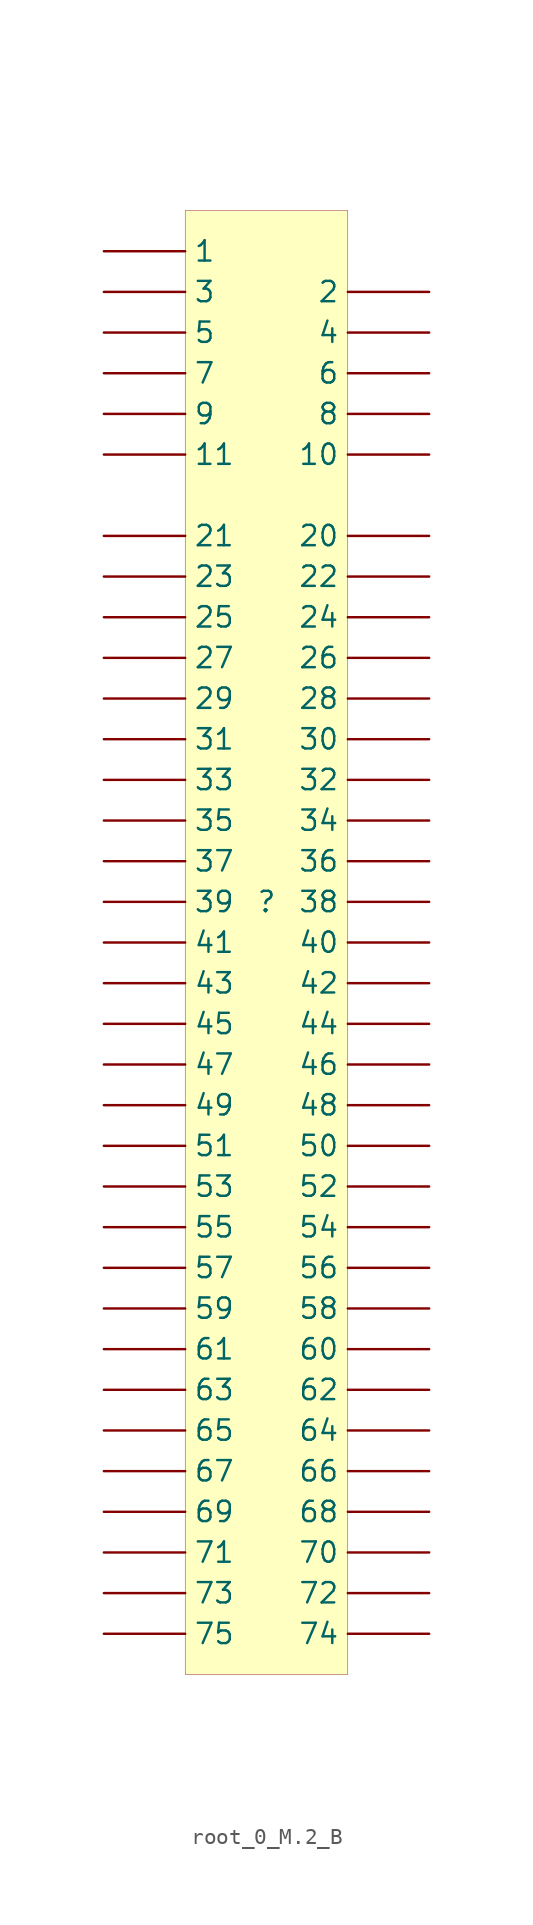
<source format=kicad_sym>
(kicad_symbol_lib
  (version 20231120)
  (generator "kicad_symbol_editor")
  (generator_version "8.0")
  (symbol "root_0_M.2_B"
    (property "Reference" ""
      (at 0 0 0)
      (effects (font (size 1.27 1.27))))
    (property "Value" ""
      (at 0 0 0)
      (effects (font (size 1.27 1.27))))
    (symbol "root_0_M.2_B_1_0"
      (rectangle (start 5.08 43.18) (end -5.08 -48.26) (stroke (width 0.025) (type solid) (color 128 0 0 1)) (fill (type background)))
      (pin passive line (at -10.16 40.64 0) (length 5.08) (name "1" (effects (font (size 1.27 1.27)))) (number "1" (effects (font (size 0 0)))))
      (pin passive line (at 10.16 27.94 180) (length 5.08) (name "10" (effects (font (size 1.27 1.27)))) (number "10" (effects (font (size 0 0)))))
      (pin passive line (at -10.16 27.94 0) (length 5.08) (name "11" (effects (font (size 1.27 1.27)))) (number "11" (effects (font (size 0 0)))))
      (pin passive line (at 10.16 38.1 180) (length 5.08) (name "2" (effects (font (size 1.27 1.27)))) (number "2" (effects (font (size 0 0)))))
      (pin passive line (at 10.16 22.86 180) (length 5.08) (name "20" (effects (font (size 1.27 1.27)))) (number "20" (effects (font (size 0 0)))))
      (pin passive line (at -10.16 22.86 0) (length 5.08) (name "21" (effects (font (size 1.27 1.27)))) (number "21" (effects (font (size 0 0)))))
      (pin passive line (at 10.16 20.32 180) (length 5.08) (name "22" (effects (font (size 1.27 1.27)))) (number "22" (effects (font (size 0 0)))))
      (pin passive line (at -10.16 20.32 0) (length 5.08) (name "23" (effects (font (size 1.27 1.27)))) (number "23" (effects (font (size 0 0)))))
      (pin passive line (at 10.16 17.78 180) (length 5.08) (name "24" (effects (font (size 1.27 1.27)))) (number "24" (effects (font (size 0 0)))))
      (pin passive line (at -10.16 17.78 0) (length 5.08) (name "25" (effects (font (size 1.27 1.27)))) (number "25" (effects (font (size 0 0)))))
      (pin passive line (at 10.16 15.24 180) (length 5.08) (name "26" (effects (font (size 1.27 1.27)))) (number "26" (effects (font (size 0 0)))))
      (pin passive line (at -10.16 15.24 0) (length 5.08) (name "27" (effects (font (size 1.27 1.27)))) (number "27" (effects (font (size 0 0)))))
      (pin passive line (at 10.16 12.7 180) (length 5.08) (name "28" (effects (font (size 1.27 1.27)))) (number "28" (effects (font (size 0 0)))))
      (pin passive line (at -10.16 12.7 0) (length 5.08) (name "29" (effects (font (size 1.27 1.27)))) (number "29" (effects (font (size 0 0)))))
      (pin passive line (at -10.16 38.1 0) (length 5.08) (name "3" (effects (font (size 1.27 1.27)))) (number "3" (effects (font (size 0 0)))))
      (pin passive line (at 10.16 10.16 180) (length 5.08) (name "30" (effects (font (size 1.27 1.27)))) (number "30" (effects (font (size 0 0)))))
      (pin passive line (at -10.16 10.16 0) (length 5.08) (name "31" (effects (font (size 1.27 1.27)))) (number "31" (effects (font (size 0 0)))))
      (pin passive line (at 10.16 7.62 180) (length 5.08) (name "32" (effects (font (size 1.27 1.27)))) (number "32" (effects (font (size 0 0)))))
      (pin passive line (at -10.16 7.62 0) (length 5.08) (name "33" (effects (font (size 1.27 1.27)))) (number "33" (effects (font (size 0 0)))))
      (pin passive line (at 10.16 5.08 180) (length 5.08) (name "34" (effects (font (size 1.27 1.27)))) (number "34" (effects (font (size 0 0)))))
      (pin passive line (at -10.16 5.08 0) (length 5.08) (name "35" (effects (font (size 1.27 1.27)))) (number "35" (effects (font (size 0 0)))))
      (pin passive line (at 10.16 2.54 180) (length 5.08) (name "36" (effects (font (size 1.27 1.27)))) (number "36" (effects (font (size 0 0)))))
      (pin passive line (at -10.16 2.54 0) (length 5.08) (name "37" (effects (font (size 1.27 1.27)))) (number "37" (effects (font (size 0 0)))))
      (pin passive line (at 10.16 0 180) (length 5.08) (name "38" (effects (font (size 1.27 1.27)))) (number "38" (effects (font (size 0 0)))))
      (pin passive line (at -10.16 0 0) (length 5.08) (name "39" (effects (font (size 1.27 1.27)))) (number "39" (effects (font (size 0 0)))))
      (pin passive line (at 10.16 35.56 180) (length 5.08) (name "4" (effects (font (size 1.27 1.27)))) (number "4" (effects (font (size 0 0)))))
      (pin passive line (at 10.16 -2.54 180) (length 5.08) (name "40" (effects (font (size 1.27 1.27)))) (number "40" (effects (font (size 0 0)))))
      (pin passive line (at -10.16 -2.54 0) (length 5.08) (name "41" (effects (font (size 1.27 1.27)))) (number "41" (effects (font (size 0 0)))))
      (pin passive line (at 10.16 -5.08 180) (length 5.08) (name "42" (effects (font (size 1.27 1.27)))) (number "42" (effects (font (size 0 0)))))
      (pin passive line (at -10.16 -5.08 0) (length 5.08) (name "43" (effects (font (size 1.27 1.27)))) (number "43" (effects (font (size 0 0)))))
      (pin passive line (at 10.16 -7.62 180) (length 5.08) (name "44" (effects (font (size 1.27 1.27)))) (number "44" (effects (font (size 0 0)))))
      (pin passive line (at -10.16 -7.62 0) (length 5.08) (name "45" (effects (font (size 1.27 1.27)))) (number "45" (effects (font (size 0 0)))))
      (pin passive line (at 10.16 -10.16 180) (length 5.08) (name "46" (effects (font (size 1.27 1.27)))) (number "46" (effects (font (size 0 0)))))
      (pin passive line (at -10.16 -10.16 0) (length 5.08) (name "47" (effects (font (size 1.27 1.27)))) (number "47" (effects (font (size 0 0)))))
      (pin passive line (at 10.16 -12.7 180) (length 5.08) (name "48" (effects (font (size 1.27 1.27)))) (number "48" (effects (font (size 0 0)))))
      (pin passive line (at -10.16 -12.7 0) (length 5.08) (name "49" (effects (font (size 1.27 1.27)))) (number "49" (effects (font (size 0 0)))))
      (pin passive line (at -10.16 35.56 0) (length 5.08) (name "5" (effects (font (size 1.27 1.27)))) (number "5" (effects (font (size 0 0)))))
      (pin passive line (at 10.16 -15.24 180) (length 5.08) (name "50" (effects (font (size 1.27 1.27)))) (number "50" (effects (font (size 0 0)))))
      (pin passive line (at -10.16 -15.24 0) (length 5.08) (name "51" (effects (font (size 1.27 1.27)))) (number "51" (effects (font (size 0 0)))))
      (pin passive line (at 10.16 -17.78 180) (length 5.08) (name "52" (effects (font (size 1.27 1.27)))) (number "52" (effects (font (size 0 0)))))
      (pin passive line (at -10.16 -17.78 0) (length 5.08) (name "53" (effects (font (size 1.27 1.27)))) (number "53" (effects (font (size 0 0)))))
      (pin passive line (at 10.16 -20.32 180) (length 5.08) (name "54" (effects (font (size 1.27 1.27)))) (number "54" (effects (font (size 0 0)))))
      (pin passive line (at -10.16 -20.32 0) (length 5.08) (name "55" (effects (font (size 1.27 1.27)))) (number "55" (effects (font (size 0 0)))))
      (pin passive line (at 10.16 -22.86 180) (length 5.08) (name "56" (effects (font (size 1.27 1.27)))) (number "56" (effects (font (size 0 0)))))
      (pin passive line (at -10.16 -22.86 0) (length 5.08) (name "57" (effects (font (size 1.27 1.27)))) (number "57" (effects (font (size 0 0)))))
      (pin passive line (at 10.16 -25.4 180) (length 5.08) (name "58" (effects (font (size 1.27 1.27)))) (number "58" (effects (font (size 0 0)))))
      (pin passive line (at -10.16 -25.4 0) (length 5.08) (name "59" (effects (font (size 1.27 1.27)))) (number "59" (effects (font (size 0 0)))))
      (pin passive line (at 10.16 33.02 180) (length 5.08) (name "6" (effects (font (size 1.27 1.27)))) (number "6" (effects (font (size 0 0)))))
      (pin passive line (at 10.16 -27.94 180) (length 5.08) (name "60" (effects (font (size 1.27 1.27)))) (number "60" (effects (font (size 0 0)))))
      (pin passive line (at -10.16 -27.94 0) (length 5.08) (name "61" (effects (font (size 1.27 1.27)))) (number "61" (effects (font (size 0 0)))))
      (pin passive line (at 10.16 -30.48 180) (length 5.08) (name "62" (effects (font (size 1.27 1.27)))) (number "62" (effects (font (size 0 0)))))
      (pin passive line (at -10.16 -30.48 0) (length 5.08) (name "63" (effects (font (size 1.27 1.27)))) (number "63" (effects (font (size 0 0)))))
      (pin passive line (at 10.16 -33.02 180) (length 5.08) (name "64" (effects (font (size 1.27 1.27)))) (number "64" (effects (font (size 0 0)))))
      (pin passive line (at -10.16 -33.02 0) (length 5.08) (name "65" (effects (font (size 1.27 1.27)))) (number "65" (effects (font (size 0 0)))))
      (pin passive line (at 10.16 -35.56 180) (length 5.08) (name "66" (effects (font (size 1.27 1.27)))) (number "66" (effects (font (size 0 0)))))
      (pin passive line (at -10.16 -35.56 0) (length 5.08) (name "67" (effects (font (size 1.27 1.27)))) (number "67" (effects (font (size 0 0)))))
      (pin passive line (at 10.16 -38.1 180) (length 5.08) (name "68" (effects (font (size 1.27 1.27)))) (number "68" (effects (font (size 0 0)))))
      (pin passive line (at -10.16 -38.1 0) (length 5.08) (name "69" (effects (font (size 1.27 1.27)))) (number "69" (effects (font (size 0 0)))))
      (pin passive line (at -10.16 33.02 0) (length 5.08) (name "7" (effects (font (size 1.27 1.27)))) (number "7" (effects (font (size 0 0)))))
      (pin passive line (at 10.16 -40.64 180) (length 5.08) (name "70" (effects (font (size 1.27 1.27)))) (number "70" (effects (font (size 0 0)))))
      (pin passive line (at -10.16 -40.64 0) (length 5.08) (name "71" (effects (font (size 1.27 1.27)))) (number "71" (effects (font (size 0 0)))))
      (pin passive line (at 10.16 -43.18 180) (length 5.08) (name "72" (effects (font (size 1.27 1.27)))) (number "72" (effects (font (size 0 0)))))
      (pin passive line (at -10.16 -43.18 0) (length 5.08) (name "73" (effects (font (size 1.27 1.27)))) (number "73" (effects (font (size 0 0)))))
      (pin passive line (at 10.16 -45.72 180) (length 5.08) (name "74" (effects (font (size 1.27 1.27)))) (number "74" (effects (font (size 0 0)))))
      (pin passive line (at -10.16 -45.72 0) (length 5.08) (name "75" (effects (font (size 1.27 1.27)))) (number "75" (effects (font (size 0 0)))))
      (pin passive line (at 10.16 30.48 180) (length 5.08) (name "8" (effects (font (size 1.27 1.27)))) (number "8" (effects (font (size 0 0)))))
      (pin passive line (at -10.16 30.48 0) (length 5.08) (name "9" (effects (font (size 1.27 1.27)))) (number "9" (effects (font (size 0 0))))))))
</source>
